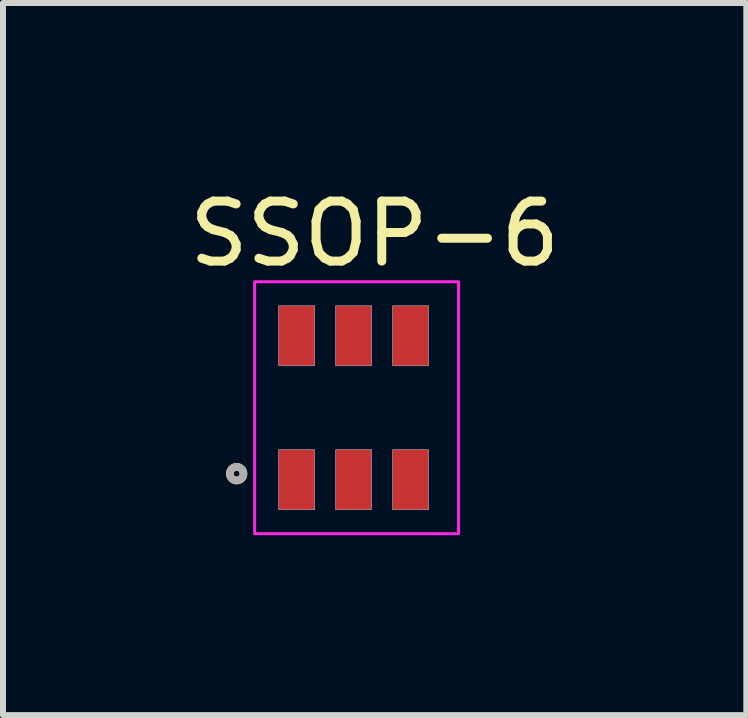
<source format=kicad_pcb>
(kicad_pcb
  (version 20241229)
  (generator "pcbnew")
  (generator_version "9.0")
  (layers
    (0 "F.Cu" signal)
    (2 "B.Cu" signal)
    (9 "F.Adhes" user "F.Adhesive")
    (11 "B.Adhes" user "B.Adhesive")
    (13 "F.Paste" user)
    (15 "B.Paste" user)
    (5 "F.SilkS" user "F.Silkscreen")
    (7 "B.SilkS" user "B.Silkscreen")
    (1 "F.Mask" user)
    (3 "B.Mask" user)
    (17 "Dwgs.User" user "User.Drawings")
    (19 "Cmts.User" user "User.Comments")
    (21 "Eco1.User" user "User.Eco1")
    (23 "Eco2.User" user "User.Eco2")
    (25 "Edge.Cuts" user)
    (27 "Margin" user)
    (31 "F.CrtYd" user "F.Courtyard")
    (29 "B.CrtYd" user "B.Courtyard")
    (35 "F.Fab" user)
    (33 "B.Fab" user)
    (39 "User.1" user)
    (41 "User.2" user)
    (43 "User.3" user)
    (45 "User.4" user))
  (footprint "SSOP-6"
    (layer "F.Cu")
    (at 1.596 3.048)
    (property "Reference" "SSOP-6" (at 1.6 -2.2 0) (layer "F.SilkS") (effects (font (size 1 1) (thickness 0.15))))
    (attr smd)
    (fp_circle (center -0.7 1.8) (end -0.65 1.8) (stroke (width 0.127) (type solid)) (fill no) (layer "F.SilkS"))
    (fp_rect (start -0.4 -1.4) (end 3 2.8) (stroke (width 0.05) (type default)) (fill no) (layer "F.CrtYd"))
    (fp_circle (center -0.7 1.8) (end -0.65 1.8) (stroke (width 0.127) (type solid)) (fill no) (layer "F.Fab"))
    (fp_poly (pts (xy 0 -1) (xy 0.6 -1) (xy 0.6 0) (xy 0 0)) (stroke (width 0.01) (type solid)) (fill no) (layer "F.Fab"))
    (fp_poly (pts (xy 0 1.4) (xy 0.6 1.4) (xy 0.6 2.4) (xy 0 2.4)) (stroke (width 0.01) (type solid)) (fill no) (layer "F.Fab"))
    (fp_poly (pts (xy 0.95 -1) (xy 1.55 -1) (xy 1.55 0) (xy 0.95 0)) (stroke (width 0.01) (type solid)) (fill no) (layer "F.Fab"))
    (fp_poly (pts (xy 0.95 1.4) (xy 1.55 1.4) (xy 1.55 2.4) (xy 0.95 2.4)) (stroke (width 0.01) (type solid)) (fill no) (layer "F.Fab"))
    (fp_poly (pts (xy 1.9 -1) (xy 2.5 -1) (xy 2.5 0) (xy 1.9 0)) (stroke (width 0.01) (type solid)) (fill no) (layer "F.Fab"))
    (fp_poly (pts (xy 1.9 1.4) (xy 2.5 1.4) (xy 2.5 2.4) (xy 1.9 2.4)) (stroke (width 0.01) (type solid)) (fill no) (layer "F.Fab"))
    (pad "1" smd rect (at 0.3 1.9 90) (size 1 0.6) (layers "F.Cu" "F.Mask" "F.Paste"))
    (pad "2" smd rect (at 1.25 1.9 90) (size 1 0.6) (layers "F.Cu" "F.Mask" "F.Paste"))
    (pad "3" smd rect (at 2.2 1.9 90) (size 1 0.6) (layers "F.Cu" "F.Mask" "F.Paste"))
    (pad "4" smd rect (at 2.2 -0.5 90) (size 1 0.6) (layers "F.Cu" "F.Mask" "F.Paste"))
    (pad "5" smd rect (at 1.25 -0.5 90) (size 1 0.6) (layers "F.Cu" "F.Mask" "F.Paste"))
    (pad "6" smd rect (at 0.3 -0.5 90) (size 1 0.6) (layers "F.Cu" "F.Mask" "F.Paste")))
  (gr_rect
    (start -3 -3)
    (end 9.393 8.873)
    (stroke (width 0.1) (type default))
    (fill no)
    (layer "Edge.Cuts")))
</source>
